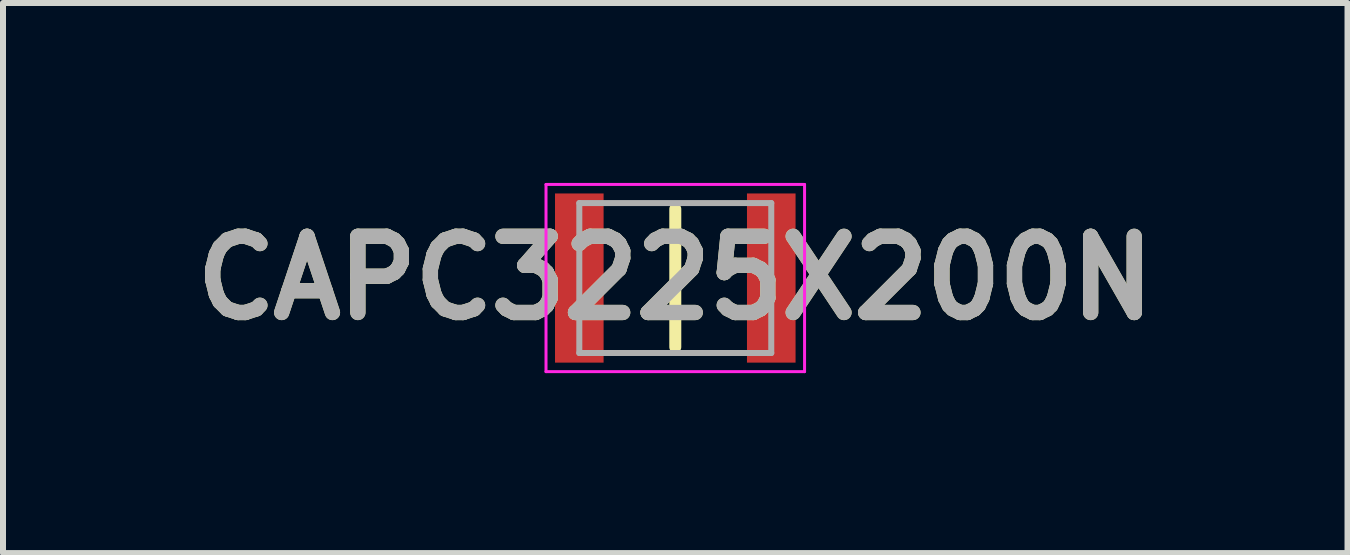
<source format=kicad_pcb>
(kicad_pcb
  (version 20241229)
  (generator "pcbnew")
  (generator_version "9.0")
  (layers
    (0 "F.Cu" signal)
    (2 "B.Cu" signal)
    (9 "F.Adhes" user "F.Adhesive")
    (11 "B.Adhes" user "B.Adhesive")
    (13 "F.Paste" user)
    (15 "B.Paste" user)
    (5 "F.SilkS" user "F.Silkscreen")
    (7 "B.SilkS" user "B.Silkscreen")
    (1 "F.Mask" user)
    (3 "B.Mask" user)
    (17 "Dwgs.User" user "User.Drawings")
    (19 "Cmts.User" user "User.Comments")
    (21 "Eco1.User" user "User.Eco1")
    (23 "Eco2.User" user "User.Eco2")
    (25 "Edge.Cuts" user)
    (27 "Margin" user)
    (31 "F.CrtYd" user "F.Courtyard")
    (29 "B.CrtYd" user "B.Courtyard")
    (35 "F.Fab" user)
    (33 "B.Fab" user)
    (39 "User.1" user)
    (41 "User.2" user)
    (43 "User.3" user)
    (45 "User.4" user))
  (footprint "CAPC3225X200N"
    (layer "F.Cu")
    (at 8.207 1.585)
    (property "Reference" "CAPC3225X200N" (at 0 0 0) (layer "F.SilkS") (effects (font (size 1.27 1.27) (thickness 0.254))))
    (attr smd)
    (fp_line (start 0 -1.15) (end 0 1.15) (stroke (width 0.2) (type solid)) (layer "F.SilkS"))
    (fp_line (start -2.155 -1.56) (end 2.155 -1.56) (stroke (width 0.05) (type solid)) (layer "F.CrtYd"))
    (fp_line (start -2.155 1.56) (end -2.155 -1.56) (stroke (width 0.05) (type solid)) (layer "F.CrtYd"))
    (fp_line (start 2.155 -1.56) (end 2.155 1.56) (stroke (width 0.05) (type solid)) (layer "F.CrtYd"))
    (fp_line (start 2.155 1.56) (end -2.155 1.56) (stroke (width 0.05) (type solid)) (layer "F.CrtYd"))
    (fp_line (start -1.6 -1.25) (end 1.6 -1.25) (stroke (width 0.1) (type solid)) (layer "F.Fab"))
    (fp_line (start -1.6 1.25) (end -1.6 -1.25) (stroke (width 0.1) (type solid)) (layer "F.Fab"))
    (fp_line (start 1.6 -1.25) (end 1.6 1.25) (stroke (width 0.1) (type solid)) (layer "F.Fab"))
    (fp_line (start 1.6 1.25) (end -1.6 1.25) (stroke (width 0.1) (type solid)) (layer "F.Fab"))
    (fp_text user "${REFERENCE}" (at 0 0 0) (layer "F.Fab") (effects (font (size 1.27 1.27) (thickness 0.254))))
    (pad "1" smd rect (at -1.6 0) (size 0.81 2.82) (layers "F.Cu" "F.Mask" "F.Paste"))
    (pad "2" smd rect (at 1.6 0) (size 0.81 2.82) (layers "F.Cu" "F.Mask" "F.Paste")))
  (gr_rect
    (start -3 -3)
    (end 19.413 6.17)
    (stroke (width 0.1) (type default))
    (fill no)
    (layer "Edge.Cuts")))
</source>
